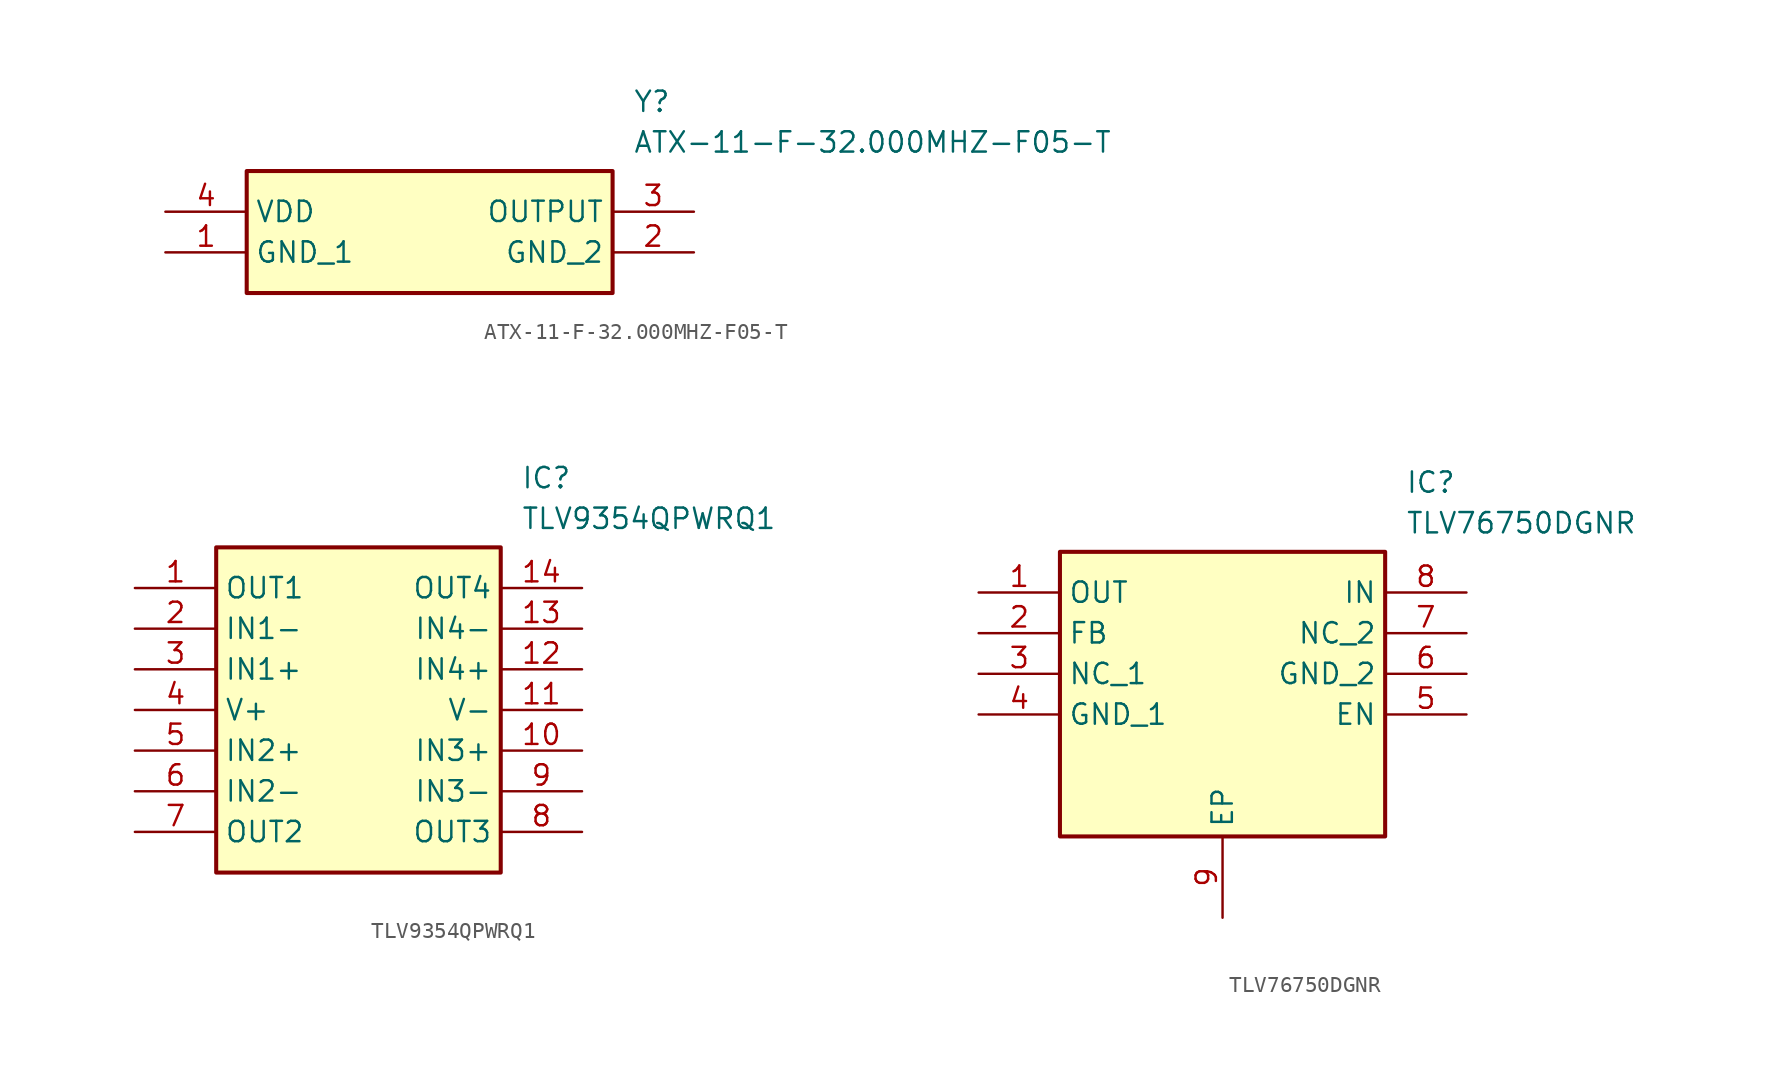
<source format=kicad_sym>
(kicad_symbol_lib
  (version 20211014)
  (generator SamacSys_ECAD_Model)
  (symbol "ATX-11-F-32.000MHZ-F05-T"
    (property "Reference" "Y"
      (at 29.21 7.62 0)
      (effects (font (size 1.27 1.27)) (justify left top)))
    (property "Value" "ATX-11-F-32.000MHZ-F05-T"
      (at 29.21 5.08 0)
      (effects (font (size 1.27 1.27)) (justify left top)))
    (rectangle
      (start 5.08 2.54)
      (end 27.94 -5.08)
      (stroke (width 0.254) (type default))
      (fill (type background)))
    (pin passive line
      (at 0 -2.54 0)
      (length 5.08)
      (name "GND_1" (effects (font (size 1.27 1.27))))
      (number "1" (effects (font (size 1.27 1.27)))))
    (pin passive line
      (at 33.02 -2.54 180)
      (length 5.08)
      (name "GND_2" (effects (font (size 1.27 1.27))))
      (number "2" (effects (font (size 1.27 1.27)))))
    (pin passive line
      (at 33.02 0 180)
      (length 5.08)
      (name "OUTPUT" (effects (font (size 1.27 1.27))))
      (number "3" (effects (font (size 1.27 1.27)))))
    (pin passive line
      (at 0 0 0)
      (length 5.08)
      (name "VDD" (effects (font (size 1.27 1.27))))
      (number "4" (effects (font (size 1.27 1.27))))))
  (symbol "TLV9354QPWRQ1"
    (property "Reference" "IC"
      (at 24.13 7.62 0)
      (effects (font (size 1.27 1.27)) (justify left top)))
    (property "Value" "TLV9354QPWRQ1"
      (at 24.13 5.08 0)
      (effects (font (size 1.27 1.27)) (justify left top)))
    (rectangle
      (start 5.08 2.54)
      (end 22.86 -17.78)
      (stroke (width 0.254) (type default))
      (fill (type background)))
    (pin passive line
      (at 0 0 0)
      (length 5.08)
      (name "OUT1" (effects (font (size 1.27 1.27))))
      (number "1" (effects (font (size 1.27 1.27)))))
    (pin passive line
      (at 0 -2.54 0)
      (length 5.08)
      (name "IN1-" (effects (font (size 1.27 1.27))))
      (number "2" (effects (font (size 1.27 1.27)))))
    (pin passive line
      (at 0 -5.08 0)
      (length 5.08)
      (name "IN1+" (effects (font (size 1.27 1.27))))
      (number "3" (effects (font (size 1.27 1.27)))))
    (pin passive line
      (at 0 -7.62 0)
      (length 5.08)
      (name "V+" (effects (font (size 1.27 1.27))))
      (number "4" (effects (font (size 1.27 1.27)))))
    (pin passive line
      (at 0 -10.16 0)
      (length 5.08)
      (name "IN2+" (effects (font (size 1.27 1.27))))
      (number "5" (effects (font (size 1.27 1.27)))))
    (pin passive line
      (at 0 -12.7 0)
      (length 5.08)
      (name "IN2-" (effects (font (size 1.27 1.27))))
      (number "6" (effects (font (size 1.27 1.27)))))
    (pin passive line
      (at 0 -15.24 0)
      (length 5.08)
      (name "OUT2" (effects (font (size 1.27 1.27))))
      (number "7" (effects (font (size 1.27 1.27)))))
    (pin passive line
      (at 27.94 0 180)
      (length 5.08)
      (name "OUT4" (effects (font (size 1.27 1.27))))
      (number "14" (effects (font (size 1.27 1.27)))))
    (pin passive line
      (at 27.94 -2.54 180)
      (length 5.08)
      (name "IN4-" (effects (font (size 1.27 1.27))))
      (number "13" (effects (font (size 1.27 1.27)))))
    (pin passive line
      (at 27.94 -5.08 180)
      (length 5.08)
      (name "IN4+" (effects (font (size 1.27 1.27))))
      (number "12" (effects (font (size 1.27 1.27)))))
    (pin passive line
      (at 27.94 -7.62 180)
      (length 5.08)
      (name "V-" (effects (font (size 1.27 1.27))))
      (number "11" (effects (font (size 1.27 1.27)))))
    (pin passive line
      (at 27.94 -10.16 180)
      (length 5.08)
      (name "IN3+" (effects (font (size 1.27 1.27))))
      (number "10" (effects (font (size 1.27 1.27)))))
    (pin passive line
      (at 27.94 -12.7 180)
      (length 5.08)
      (name "IN3-" (effects (font (size 1.27 1.27))))
      (number "9" (effects (font (size 1.27 1.27)))))
    (pin passive line
      (at 27.94 -15.24 180)
      (length 5.08)
      (name "OUT3" (effects (font (size 1.27 1.27))))
      (number "8" (effects (font (size 1.27 1.27))))))
  (symbol "TLV76750DGNR"
    (property "Reference" "IC"
      (at 26.67 7.62 0)
      (effects (font (size 1.27 1.27)) (justify left top)))
    (property "Value" "TLV76750DGNR"
      (at 26.67 5.08 0)
      (effects (font (size 1.27 1.27)) (justify left top)))
    (rectangle
      (start 5.08 2.54)
      (end 25.4 -15.24)
      (stroke (width 0.254) (type default))
      (fill (type background)))
    (pin passive line
      (at 0 0 0)
      (length 5.08)
      (name "OUT" (effects (font (size 1.27 1.27))))
      (number "1" (effects (font (size 1.27 1.27)))))
    (pin passive line
      (at 0 -2.54 0)
      (length 5.08)
      (name "FB" (effects (font (size 1.27 1.27))))
      (number "2" (effects (font (size 1.27 1.27)))))
    (pin passive line
      (at 0 -5.08 0)
      (length 5.08)
      (name "NC_1" (effects (font (size 1.27 1.27))))
      (number "3" (effects (font (size 1.27 1.27)))))
    (pin passive line
      (at 0 -7.62 0)
      (length 5.08)
      (name "GND_1" (effects (font (size 1.27 1.27))))
      (number "4" (effects (font (size 1.27 1.27)))))
    (pin passive line
      (at 15.24 -20.32 90)
      (length 5.08)
      (name "EP" (effects (font (size 1.27 1.27))))
      (number "9" (effects (font (size 1.27 1.27)))))
    (pin passive line
      (at 30.48 0 180)
      (length 5.08)
      (name "IN" (effects (font (size 1.27 1.27))))
      (number "8" (effects (font (size 1.27 1.27)))))
    (pin passive line
      (at 30.48 -2.54 180)
      (length 5.08)
      (name "NC_2" (effects (font (size 1.27 1.27))))
      (number "7" (effects (font (size 1.27 1.27)))))
    (pin passive line
      (at 30.48 -5.08 180)
      (length 5.08)
      (name "GND_2" (effects (font (size 1.27 1.27))))
      (number "6" (effects (font (size 1.27 1.27)))))
    (pin passive line
      (at 30.48 -7.62 180)
      (length 5.08)
      (name "EN" (effects (font (size 1.27 1.27))))
      (number "5" (effects (font (size 1.27 1.27)))))))
</source>
